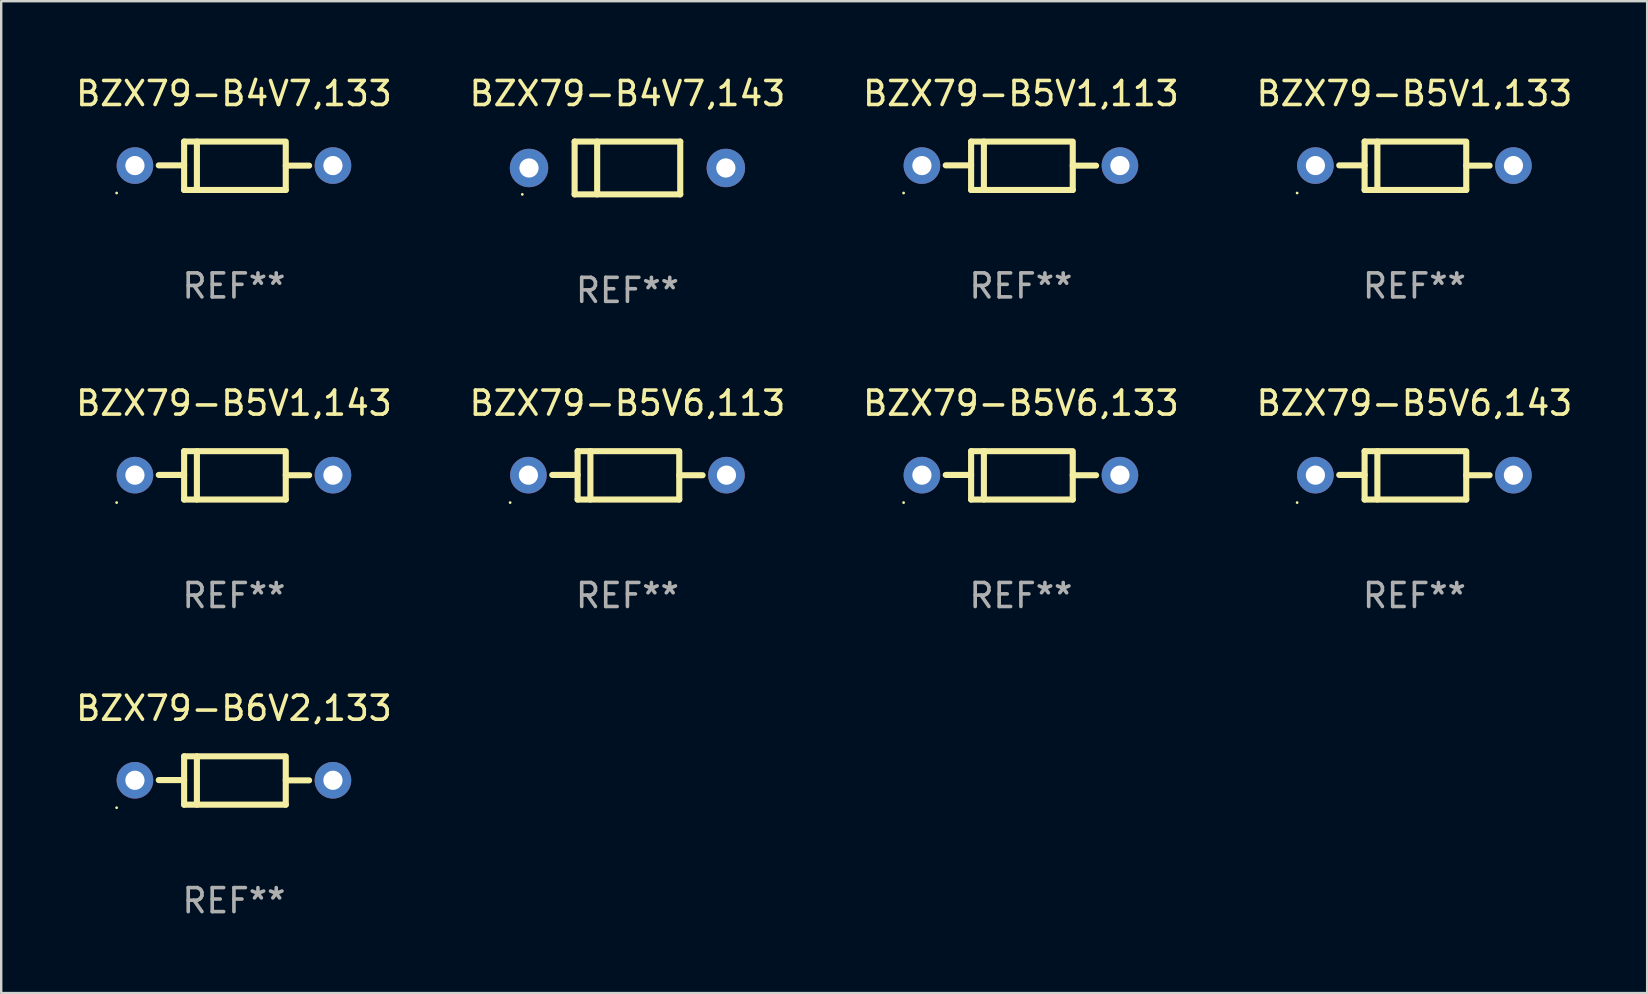
<source format=kicad_pcb>
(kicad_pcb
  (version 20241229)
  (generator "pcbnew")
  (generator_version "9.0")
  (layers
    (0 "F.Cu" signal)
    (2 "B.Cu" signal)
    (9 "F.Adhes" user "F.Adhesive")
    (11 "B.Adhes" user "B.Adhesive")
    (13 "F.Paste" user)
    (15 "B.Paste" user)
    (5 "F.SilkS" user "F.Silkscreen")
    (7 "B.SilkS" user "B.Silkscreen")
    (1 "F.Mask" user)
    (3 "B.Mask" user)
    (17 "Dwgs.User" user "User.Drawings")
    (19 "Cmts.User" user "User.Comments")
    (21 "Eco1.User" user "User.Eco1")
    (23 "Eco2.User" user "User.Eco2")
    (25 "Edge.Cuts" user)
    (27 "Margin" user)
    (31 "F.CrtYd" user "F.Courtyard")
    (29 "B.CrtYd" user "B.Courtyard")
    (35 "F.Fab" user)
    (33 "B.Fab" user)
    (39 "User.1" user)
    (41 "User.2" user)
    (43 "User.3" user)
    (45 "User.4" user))
  (footprint "BZX79-B5V6,143"
    (layer "F.Cu")
    (at 55.875 16.753)
    (property "Reference" "BZX79-B5V6,143" (at 0 -3.008 0) (layer "F.SilkS") (effects (font (size 1 1) (thickness 0.15))))
    (attr through_hole)
    (fp_line (start -2.075 -1.008) (end -2.075 1.008) (stroke (width 0.254) (type solid)) (layer "F.SilkS"))
    (fp_line (start -2.075 -0.017) (end -3.132 -0.017) (stroke (width 0.254) (type solid)) (layer "F.SilkS"))
    (fp_line (start -2.075 1.008) (end 2.159 1.008) (stroke (width 0.254) (type solid)) (layer "F.SilkS"))
    (fp_line (start -1.543 -1.008) (end -1.543 1.008) (stroke (width 0.254) (type solid)) (layer "F.SilkS"))
    (fp_line (start 2.075 -1.008) (end -2.075 -1.008) (stroke (width 0.254) (type solid)) (layer "F.SilkS"))
    (fp_line (start 2.159 -0.005) (end 3.132 -0.005) (stroke (width 0.254) (type solid)) (layer "F.SilkS"))
    (fp_line (start 2.159 1.008) (end 2.159 -1.008) (stroke (width 0.254) (type solid)) (layer "F.SilkS"))
    (fp_circle (center -4.887 1.135) (end -4.857 1.135) (stroke (width 0.06) (type solid)) (fill no) (layer "F.SilkS"))
    (fp_text user "REF**" (at 0 5.008 0) (layer "F.Fab") (effects (font (size 1 1) (thickness 0.15))))
    (pad "1" thru_hole circle (at -4.125 -0.008) (size 1.524 1.524) (drill 0.8) (layers "*.Cu" "*.Mask"))
    (pad "2" thru_hole circle (at 4.125 -0.008) (size 1.524 1.524) (drill 0.8) (layers "*.Cu" "*.Mask")))
  (footprint "BZX79-B5V1,113"
    (layer "F.Cu")
    (at 39.482 3.856)
    (property "Reference" "BZX79-B5V1,113" (at 0 -3.008 0) (layer "F.SilkS") (effects (font (size 1 1) (thickness 0.15))))
    (attr through_hole)
    (fp_line (start -2.075 -1.008) (end -2.075 1.008) (stroke (width 0.254) (type solid)) (layer "F.SilkS"))
    (fp_line (start -2.075 -0.017) (end -3.132 -0.017) (stroke (width 0.254) (type solid)) (layer "F.SilkS"))
    (fp_line (start -2.075 1.008) (end 2.159 1.008) (stroke (width 0.254) (type solid)) (layer "F.SilkS"))
    (fp_line (start -1.543 -1.008) (end -1.543 1.008) (stroke (width 0.254) (type solid)) (layer "F.SilkS"))
    (fp_line (start 2.075 -1.008) (end -2.075 -1.008) (stroke (width 0.254) (type solid)) (layer "F.SilkS"))
    (fp_line (start 2.159 -0.005) (end 3.132 -0.005) (stroke (width 0.254) (type solid)) (layer "F.SilkS"))
    (fp_line (start 2.159 1.008) (end 2.159 -1.008) (stroke (width 0.254) (type solid)) (layer "F.SilkS"))
    (fp_circle (center -4.887 1.135) (end -4.857 1.135) (stroke (width 0.06) (type solid)) (fill no) (layer "F.SilkS"))
    (fp_text user "REF**" (at 0 5.008 0) (layer "F.Fab") (effects (font (size 1 1) (thickness 0.15))))
    (pad "1" thru_hole circle (at -4.125 -0.008) (size 1.524 1.524) (drill 0.8) (layers "*.Cu" "*.Mask"))
    (pad "2" thru_hole circle (at 4.125 -0.008) (size 1.524 1.524) (drill 0.8) (layers "*.Cu" "*.Mask")))
  (footprint "BZX79-B5V1,133"
    (layer "F.Cu")
    (at 55.875 3.856)
    (property "Reference" "BZX79-B5V1,133" (at 0 -3.008 0) (layer "F.SilkS") (effects (font (size 1 1) (thickness 0.15))))
    (attr through_hole)
    (fp_line (start -2.075 -1.008) (end -2.075 1.008) (stroke (width 0.254) (type solid)) (layer "F.SilkS"))
    (fp_line (start -2.075 -0.017) (end -3.132 -0.017) (stroke (width 0.254) (type solid)) (layer "F.SilkS"))
    (fp_line (start -2.075 1.008) (end 2.159 1.008) (stroke (width 0.254) (type solid)) (layer "F.SilkS"))
    (fp_line (start -1.543 -1.008) (end -1.543 1.008) (stroke (width 0.254) (type solid)) (layer "F.SilkS"))
    (fp_line (start 2.075 -1.008) (end -2.075 -1.008) (stroke (width 0.254) (type solid)) (layer "F.SilkS"))
    (fp_line (start 2.159 -0.005) (end 3.132 -0.005) (stroke (width 0.254) (type solid)) (layer "F.SilkS"))
    (fp_line (start 2.159 1.008) (end 2.159 -1.008) (stroke (width 0.254) (type solid)) (layer "F.SilkS"))
    (fp_circle (center -4.887 1.135) (end -4.857 1.135) (stroke (width 0.06) (type solid)) (fill no) (layer "F.SilkS"))
    (fp_text user "REF**" (at 0 5.008 0) (layer "F.Fab") (effects (font (size 1 1) (thickness 0.15))))
    (pad "1" thru_hole circle (at -4.125 -0.008) (size 1.524 1.524) (drill 0.8) (layers "*.Cu" "*.Mask"))
    (pad "2" thru_hole circle (at 4.125 -0.008) (size 1.524 1.524) (drill 0.8) (layers "*.Cu" "*.Mask")))
  (footprint "BZX79-B6V2,133"
    (layer "F.Cu")
    (at 6.696 29.465)
    (property "Reference" "BZX79-B6V2,133" (at 0 -3.008 0) (layer "F.SilkS") (effects (font (size 1 1) (thickness 0.15))))
    (attr through_hole)
    (fp_line (start -2.075 -1.008) (end -2.075 1.008) (stroke (width 0.254) (type solid)) (layer "F.SilkS"))
    (fp_line (start -2.075 -0.017) (end -3.132 -0.017) (stroke (width 0.254) (type solid)) (layer "F.SilkS"))
    (fp_line (start -2.075 1.008) (end 2.159 1.008) (stroke (width 0.254) (type solid)) (layer "F.SilkS"))
    (fp_line (start -1.543 -1.008) (end -1.543 1.008) (stroke (width 0.254) (type solid)) (layer "F.SilkS"))
    (fp_line (start 2.075 -1.008) (end -2.075 -1.008) (stroke (width 0.254) (type solid)) (layer "F.SilkS"))
    (fp_line (start 2.159 -0.005) (end 3.132 -0.005) (stroke (width 0.254) (type solid)) (layer "F.SilkS"))
    (fp_line (start 2.159 1.008) (end 2.159 -1.008) (stroke (width 0.254) (type solid)) (layer "F.SilkS"))
    (fp_circle (center -4.887 1.135) (end -4.857 1.135) (stroke (width 0.06) (type solid)) (fill no) (layer "F.SilkS"))
    (fp_text user "REF**" (at 0 5.008 0) (layer "F.Fab") (effects (font (size 1 1) (thickness 0.15))))
    (pad "1" thru_hole circle (at -4.125 -0.008) (size 1.524 1.524) (drill 0.8) (layers "*.Cu" "*.Mask"))
    (pad "2" thru_hole circle (at 4.125 -0.008) (size 1.524 1.524) (drill 0.8) (layers "*.Cu" "*.Mask")))
  (footprint "BZX79-B5V6,113"
    (layer "F.Cu")
    (at 23.089 16.753)
    (property "Reference" "BZX79-B5V6,113" (at 0 -3.008 0) (layer "F.SilkS") (effects (font (size 1 1) (thickness 0.15))))
    (attr through_hole)
    (fp_line (start -2.075 -1.008) (end -2.075 1.008) (stroke (width 0.254) (type solid)) (layer "F.SilkS"))
    (fp_line (start -2.075 -0.017) (end -3.132 -0.017) (stroke (width 0.254) (type solid)) (layer "F.SilkS"))
    (fp_line (start -2.075 1.008) (end 2.159 1.008) (stroke (width 0.254) (type solid)) (layer "F.SilkS"))
    (fp_line (start -1.543 -1.008) (end -1.543 1.008) (stroke (width 0.254) (type solid)) (layer "F.SilkS"))
    (fp_line (start 2.075 -1.008) (end -2.075 -1.008) (stroke (width 0.254) (type solid)) (layer "F.SilkS"))
    (fp_line (start 2.159 -0.005) (end 3.132 -0.005) (stroke (width 0.254) (type solid)) (layer "F.SilkS"))
    (fp_line (start 2.159 1.008) (end 2.159 -1.008) (stroke (width 0.254) (type solid)) (layer "F.SilkS"))
    (fp_circle (center -4.887 1.135) (end -4.857 1.135) (stroke (width 0.06) (type solid)) (fill no) (layer "F.SilkS"))
    (fp_text user "REF**" (at 0 5.008 0) (layer "F.Fab") (effects (font (size 1 1) (thickness 0.15))))
    (pad "1" thru_hole circle (at -4.125 -0.008) (size 1.524 1.524) (drill 0.8) (layers "*.Cu" "*.Mask"))
    (pad "2" thru_hole circle (at 4.125 -0.008) (size 1.524 1.524) (drill 0.8) (layers "*.Cu" "*.Mask")))
  (footprint "BZX79-B5V6,133"
    (layer "F.Cu")
    (at 39.482 16.753)
    (property "Reference" "BZX79-B5V6,133" (at 0 -3.008 0) (layer "F.SilkS") (effects (font (size 1 1) (thickness 0.15))))
    (attr through_hole)
    (fp_line (start -2.075 -1.008) (end -2.075 1.008) (stroke (width 0.254) (type solid)) (layer "F.SilkS"))
    (fp_line (start -2.075 -0.017) (end -3.132 -0.017) (stroke (width 0.254) (type solid)) (layer "F.SilkS"))
    (fp_line (start -2.075 1.008) (end 2.159 1.008) (stroke (width 0.254) (type solid)) (layer "F.SilkS"))
    (fp_line (start -1.543 -1.008) (end -1.543 1.008) (stroke (width 0.254) (type solid)) (layer "F.SilkS"))
    (fp_line (start 2.075 -1.008) (end -2.075 -1.008) (stroke (width 0.254) (type solid)) (layer "F.SilkS"))
    (fp_line (start 2.159 -0.005) (end 3.132 -0.005) (stroke (width 0.254) (type solid)) (layer "F.SilkS"))
    (fp_line (start 2.159 1.008) (end 2.159 -1.008) (stroke (width 0.254) (type solid)) (layer "F.SilkS"))
    (fp_circle (center -4.887 1.135) (end -4.857 1.135) (stroke (width 0.06) (type solid)) (fill no) (layer "F.SilkS"))
    (fp_text user "REF**" (at 0 5.008 0) (layer "F.Fab") (effects (font (size 1 1) (thickness 0.15))))
    (pad "1" thru_hole circle (at -4.125 -0.008) (size 1.524 1.524) (drill 0.8) (layers "*.Cu" "*.Mask"))
    (pad "2" thru_hole circle (at 4.125 -0.008) (size 1.524 1.524) (drill 0.8) (layers "*.Cu" "*.Mask")))
  (footprint "BZX79-B4V7,143"
    (layer "F.Cu")
    (at 23.089 3.948)
    (property "Reference" "BZX79-B4V7,143" (at 0 -3.1 0) (layer "F.SilkS") (effects (font (size 1 1) (thickness 0.15))))
    (attr through_hole)
    (fp_line (start -2.2 -1.1) (end -2.2 1.1) (stroke (width 0.254) (type solid)) (layer "F.SilkS"))
    (fp_line (start -2.2 -1.1) (end 2.2 -1.1) (stroke (width 0.254) (type solid)) (layer "F.SilkS"))
    (fp_line (start -2.2 1.1) (end 2.2 1.1) (stroke (width 0.254) (type solid)) (layer "F.SilkS"))
    (fp_line (start -1.261 -1.1) (end -1.261 1.1) (stroke (width 0.254) (type solid)) (layer "F.SilkS"))
    (fp_line (start 2.2 -1.1) (end 2.2 1.1) (stroke (width 0.254) (type solid)) (layer "F.SilkS"))
    (fp_circle (center -4.38 1.1) (end -4.35 1.1) (stroke (width 0.06) (type solid)) (fill no) (layer "F.SilkS"))
    (fp_text user "REF**" (at 0 5.1 0) (layer "F.Fab") (effects (font (size 1 1) (thickness 0.15))))
    (pad "1" thru_hole circle (at -4.1 0) (size 1.6 1.6) (drill 0.8) (layers "*.Cu" "*.Mask"))
    (pad "2" thru_hole circle (at 4.1 0) (size 1.6 1.6) (drill 0.8) (layers "*.Cu" "*.Mask")))
  (footprint "BZX79-B4V7,133"
    (layer "F.Cu")
    (at 6.696 3.856)
    (property "Reference" "BZX79-B4V7,133" (at 0 -3.008 0) (layer "F.SilkS") (effects (font (size 1 1) (thickness 0.15))))
    (attr through_hole)
    (fp_line (start -2.075 -1.008) (end -2.075 1.008) (stroke (width 0.254) (type solid)) (layer "F.SilkS"))
    (fp_line (start -2.075 -0.017) (end -3.132 -0.017) (stroke (width 0.254) (type solid)) (layer "F.SilkS"))
    (fp_line (start -2.075 1.008) (end 2.159 1.008) (stroke (width 0.254) (type solid)) (layer "F.SilkS"))
    (fp_line (start -1.543 -1.008) (end -1.543 1.008) (stroke (width 0.254) (type solid)) (layer "F.SilkS"))
    (fp_line (start 2.075 -1.008) (end -2.075 -1.008) (stroke (width 0.254) (type solid)) (layer "F.SilkS"))
    (fp_line (start 2.159 -0.005) (end 3.132 -0.005) (stroke (width 0.254) (type solid)) (layer "F.SilkS"))
    (fp_line (start 2.159 1.008) (end 2.159 -1.008) (stroke (width 0.254) (type solid)) (layer "F.SilkS"))
    (fp_circle (center -4.887 1.135) (end -4.857 1.135) (stroke (width 0.06) (type solid)) (fill no) (layer "F.SilkS"))
    (fp_text user "REF**" (at 0 5.008 0) (layer "F.Fab") (effects (font (size 1 1) (thickness 0.15))))
    (pad "1" thru_hole circle (at -4.125 -0.008) (size 1.524 1.524) (drill 0.8) (layers "*.Cu" "*.Mask"))
    (pad "2" thru_hole circle (at 4.125 -0.008) (size 1.524 1.524) (drill 0.8) (layers "*.Cu" "*.Mask")))
  (footprint "BZX79-B5V1,143"
    (layer "F.Cu")
    (at 6.696 16.753)
    (property "Reference" "BZX79-B5V1,143" (at 0 -3.008 0) (layer "F.SilkS") (effects (font (size 1 1) (thickness 0.15))))
    (attr through_hole)
    (fp_line (start -2.075 -1.008) (end -2.075 1.008) (stroke (width 0.254) (type solid)) (layer "F.SilkS"))
    (fp_line (start -2.075 -0.017) (end -3.132 -0.017) (stroke (width 0.254) (type solid)) (layer "F.SilkS"))
    (fp_line (start -2.075 1.008) (end 2.159 1.008) (stroke (width 0.254) (type solid)) (layer "F.SilkS"))
    (fp_line (start -1.543 -1.008) (end -1.543 1.008) (stroke (width 0.254) (type solid)) (layer "F.SilkS"))
    (fp_line (start 2.075 -1.008) (end -2.075 -1.008) (stroke (width 0.254) (type solid)) (layer "F.SilkS"))
    (fp_line (start 2.159 -0.005) (end 3.132 -0.005) (stroke (width 0.254) (type solid)) (layer "F.SilkS"))
    (fp_line (start 2.159 1.008) (end 2.159 -1.008) (stroke (width 0.254) (type solid)) (layer "F.SilkS"))
    (fp_circle (center -4.887 1.135) (end -4.857 1.135) (stroke (width 0.06) (type solid)) (fill no) (layer "F.SilkS"))
    (fp_text user "REF**" (at 0 5.008 0) (layer "F.Fab") (effects (font (size 1 1) (thickness 0.15))))
    (pad "1" thru_hole circle (at -4.125 -0.008) (size 1.524 1.524) (drill 0.8) (layers "*.Cu" "*.Mask"))
    (pad "2" thru_hole circle (at 4.125 -0.008) (size 1.524 1.524) (drill 0.8) (layers "*.Cu" "*.Mask")))
  (gr_rect
    (start -3 -3)
    (end 65.571 38.322)
    (stroke (width 0.1) (type default))
    (fill no)
    (layer "Edge.Cuts")))
</source>
